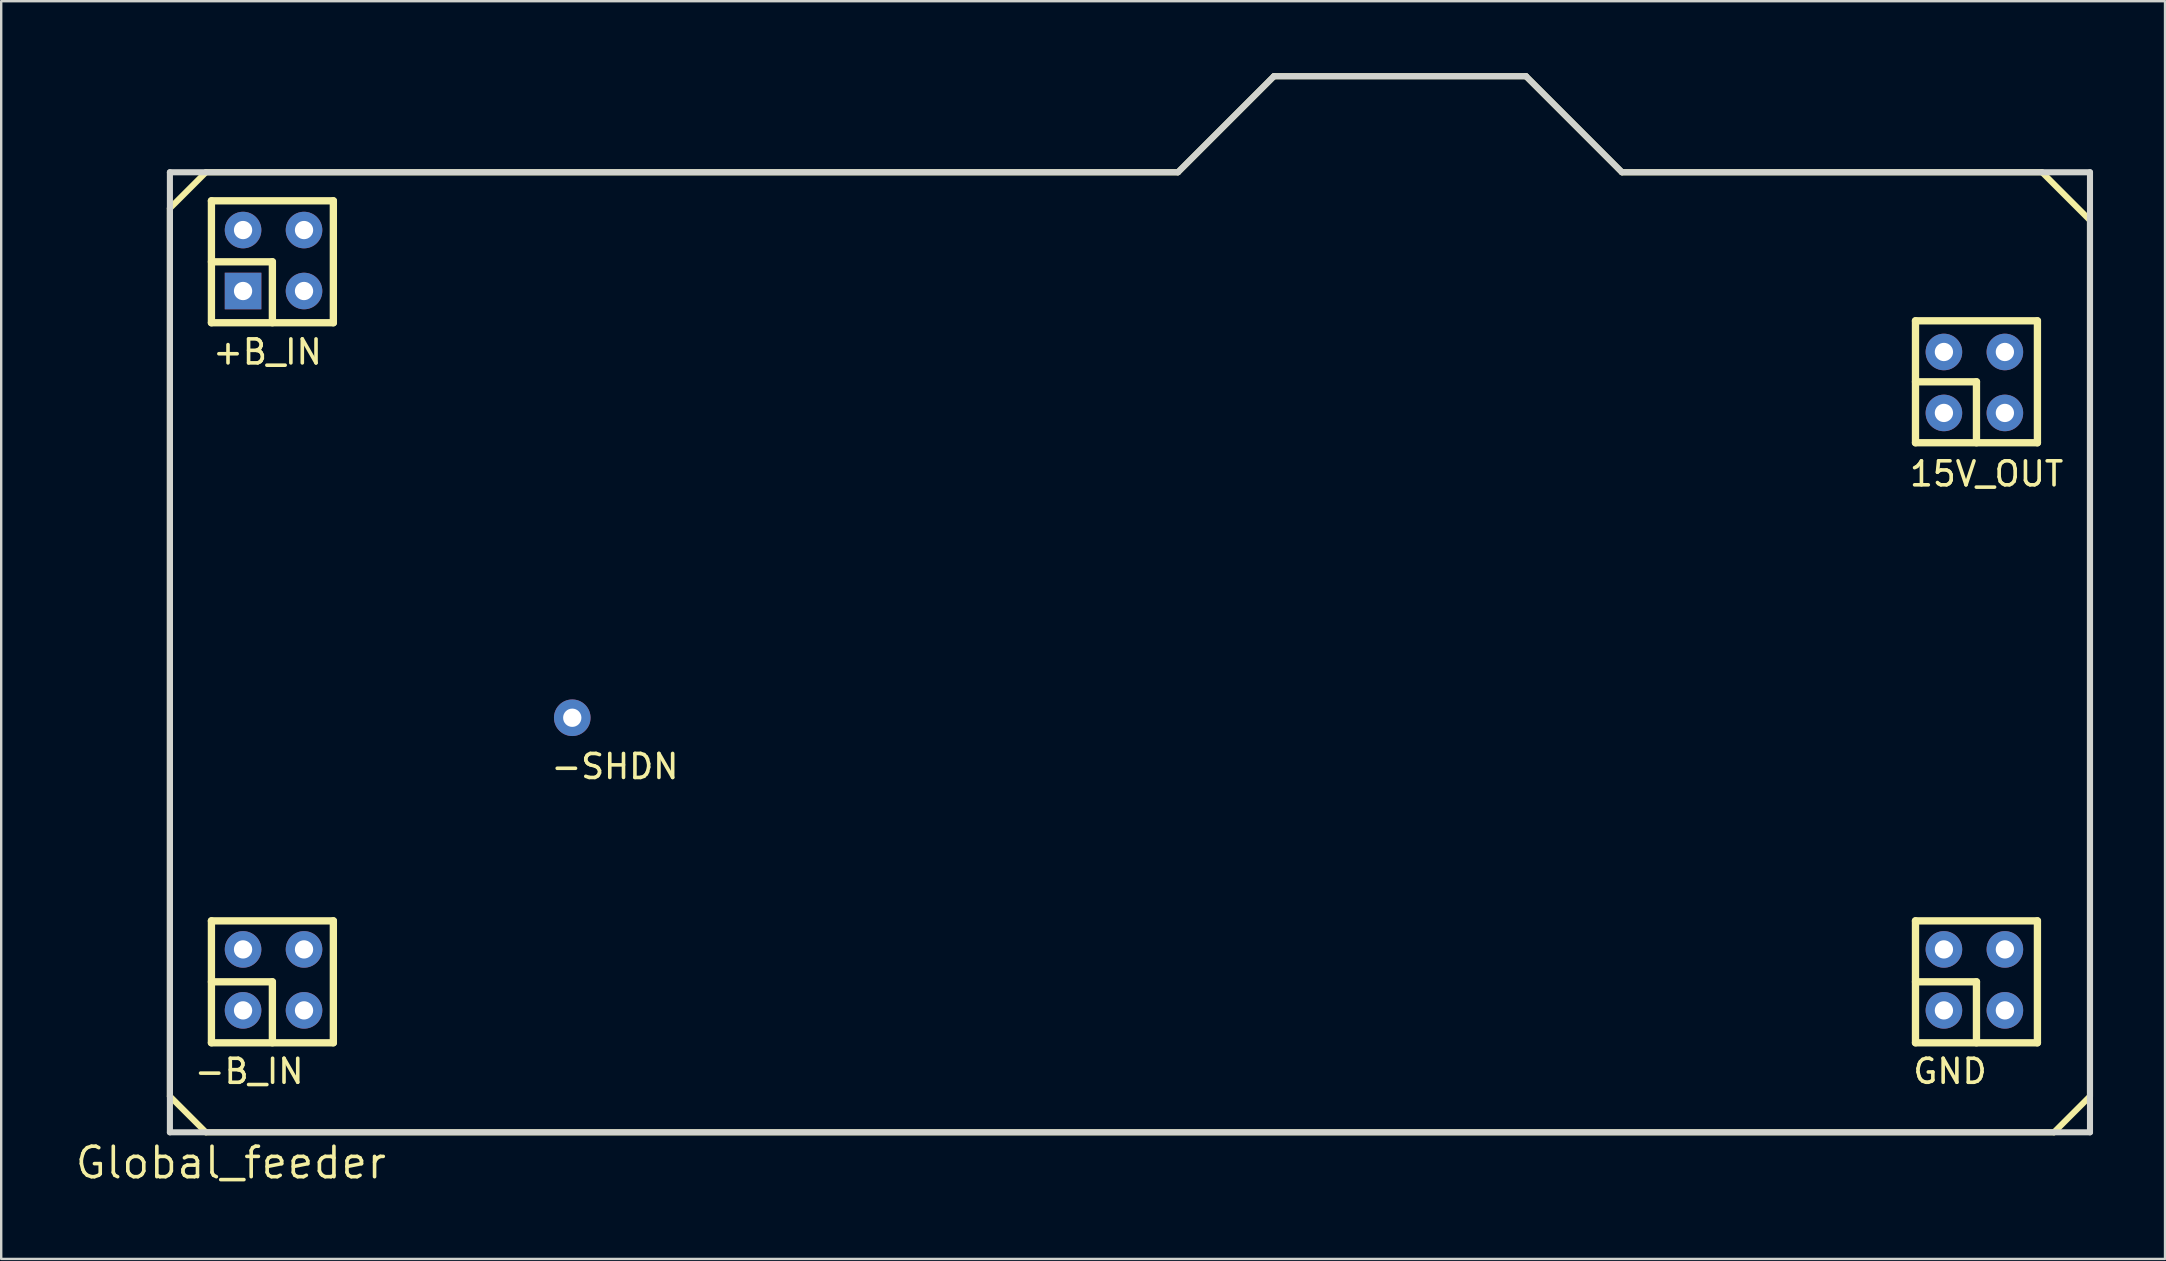
<source format=kicad_pcb>
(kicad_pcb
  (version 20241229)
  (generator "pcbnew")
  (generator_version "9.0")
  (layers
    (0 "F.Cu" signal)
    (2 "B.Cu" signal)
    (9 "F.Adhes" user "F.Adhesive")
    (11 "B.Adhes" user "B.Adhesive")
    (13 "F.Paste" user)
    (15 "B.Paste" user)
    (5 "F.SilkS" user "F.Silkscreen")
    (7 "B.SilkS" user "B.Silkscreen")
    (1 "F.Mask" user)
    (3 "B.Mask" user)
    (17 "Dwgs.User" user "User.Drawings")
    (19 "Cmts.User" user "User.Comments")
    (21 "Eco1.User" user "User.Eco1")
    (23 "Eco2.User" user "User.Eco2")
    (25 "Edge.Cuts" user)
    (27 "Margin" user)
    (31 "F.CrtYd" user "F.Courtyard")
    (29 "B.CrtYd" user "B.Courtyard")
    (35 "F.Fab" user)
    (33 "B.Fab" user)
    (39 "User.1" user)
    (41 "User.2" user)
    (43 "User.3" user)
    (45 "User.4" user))
  (footprint "Global_feeder"
    (layer "F.Cu")
    (at 4.029 44.127)
    (property "Reference" "Global_feeder" (at 2.54 1.27 0) (layer "F.SilkS") (effects (font (size 1.27 1.27) (thickness 0.15))))
    (attr through_hole)
    (fp_line (start 0 -38.5) (end 1.5 -40) (stroke (width 0.254) (type solid)) (layer "F.SilkS"))
    (fp_line (start 0 -1.5) (end 1.5 -0.00001) (stroke (width 0.254) (type solid)) (layer "F.SilkS"))
    (fp_line (start 0 -1.5) (end 0 -38.5) (stroke (width 0.254) (type solid)) (layer "F.SilkS"))
    (fp_line (start 1.5 -40) (end 42 -40) (stroke (width 0.254) (type solid)) (layer "F.SilkS"))
    (fp_line (start 1.5 -0.00001) (end 78.5 -0.00001) (stroke (width 0.254) (type solid)) (layer "F.SilkS"))
    (fp_line (start 1.73 -38.81) (end 6.81 -38.81) (stroke (width 0.305) (type solid)) (layer "F.SilkS"))
    (fp_line (start 1.73 -36.27) (end 4.27 -36.27) (stroke (width 0.305) (type solid)) (layer "F.SilkS"))
    (fp_line (start 1.73 -33.73) (end 1.73 -38.81) (stroke (width 0.305) (type solid)) (layer "F.SilkS"))
    (fp_line (start 1.73 -33.73) (end 6.81 -33.73) (stroke (width 0.305) (type solid)) (layer "F.SilkS"))
    (fp_line (start 1.73 -8.81) (end 6.81 -8.81) (stroke (width 0.305) (type solid)) (layer "F.SilkS"))
    (fp_line (start 1.73 -6.27) (end 4.27 -6.27) (stroke (width 0.305) (type solid)) (layer "F.SilkS"))
    (fp_line (start 1.73 -3.73) (end 1.73 -8.81) (stroke (width 0.305) (type solid)) (layer "F.SilkS"))
    (fp_line (start 1.73 -3.73) (end 6.81 -3.73) (stroke (width 0.305) (type solid)) (layer "F.SilkS"))
    (fp_line (start 4.27 -33.73) (end 4.27 -36.27) (stroke (width 0.305) (type solid)) (layer "F.SilkS"))
    (fp_line (start 4.27 -3.73) (end 4.27 -6.27) (stroke (width 0.305) (type solid)) (layer "F.SilkS"))
    (fp_line (start 6.81 -33.73) (end 6.81 -38.81) (stroke (width 0.305) (type solid)) (layer "F.SilkS"))
    (fp_line (start 6.81 -3.73) (end 6.81 -8.81) (stroke (width 0.305) (type solid)) (layer "F.SilkS"))
    (fp_line (start 42 -40) (end 46 -44) (stroke (width 0.254) (type solid)) (layer "F.SilkS"))
    (fp_line (start 46 -44) (end 56.5 -44) (stroke (width 0.254) (type solid)) (layer "F.SilkS"))
    (fp_line (start 56.5 -44) (end 60.5 -40) (stroke (width 0.254) (type solid)) (layer "F.SilkS"))
    (fp_line (start 60.5 -40) (end 78 -40) (stroke (width 0.254) (type solid)) (layer "F.SilkS"))
    (fp_line (start 72.73 -33.81) (end 77.81 -33.81) (stroke (width 0.305) (type solid)) (layer "F.SilkS"))
    (fp_line (start 72.73 -31.27) (end 75.27 -31.27) (stroke (width 0.305) (type solid)) (layer "F.SilkS"))
    (fp_line (start 72.73 -28.73) (end 72.73 -33.81) (stroke (width 0.305) (type solid)) (layer "F.SilkS"))
    (fp_line (start 72.73 -28.73) (end 77.81 -28.73) (stroke (width 0.305) (type solid)) (layer "F.SilkS"))
    (fp_line (start 72.73 -8.81) (end 77.81 -8.81) (stroke (width 0.305) (type solid)) (layer "F.SilkS"))
    (fp_line (start 72.73 -6.27) (end 75.27 -6.27) (stroke (width 0.305) (type solid)) (layer "F.SilkS"))
    (fp_line (start 72.73 -3.73) (end 72.73 -8.81) (stroke (width 0.305) (type solid)) (layer "F.SilkS"))
    (fp_line (start 72.73 -3.73) (end 77.81 -3.73) (stroke (width 0.305) (type solid)) (layer "F.SilkS"))
    (fp_line (start 75.27 -28.73) (end 75.27 -31.27) (stroke (width 0.305) (type solid)) (layer "F.SilkS"))
    (fp_line (start 75.27 -3.73) (end 75.27 -6.27) (stroke (width 0.305) (type solid)) (layer "F.SilkS"))
    (fp_line (start 77.81 -28.73) (end 77.81 -33.81) (stroke (width 0.305) (type solid)) (layer "F.SilkS"))
    (fp_line (start 77.81 -3.73) (end 77.81 -8.81) (stroke (width 0.305) (type solid)) (layer "F.SilkS"))
    (fp_line (start 78 -40) (end 80 -38) (stroke (width 0.254) (type solid)) (layer "F.SilkS"))
    (fp_line (start 78.5 -0.00001) (end 80 -1.5) (stroke (width 0.254) (type solid)) (layer "F.SilkS"))
    (fp_line (start 80 -1.5) (end 80 -38) (stroke (width 0.254) (type solid)) (layer "F.SilkS"))
    (fp_line (start 0 -40) (end 42 -40) (stroke (width 0.254) (type solid)) (layer "Edge.Cuts"))
    (fp_line (start 0 0) (end 0 -40) (stroke (width 0.254) (type solid)) (layer "Edge.Cuts"))
    (fp_line (start 0 0) (end 80 0) (stroke (width 0.254) (type solid)) (layer "Edge.Cuts"))
    (fp_line (start 42 -40) (end 46 -44) (stroke (width 0.254) (type solid)) (layer "Edge.Cuts"))
    (fp_line (start 46 -44) (end 56.5 -44) (stroke (width 0.254) (type solid)) (layer "Edge.Cuts"))
    (fp_line (start 56.5 -44) (end 60.5 -40) (stroke (width 0.254) (type solid)) (layer "Edge.Cuts"))
    (fp_line (start 60.5 -40) (end 80 -40) (stroke (width 0.254) (type solid)) (layer "Edge.Cuts"))
    (fp_line (start 80 0) (end 80 -40) (stroke (width 0.254) (type solid)) (layer "Edge.Cuts"))
    (fp_text user "+B_IN" (at 4.064 -32.512 0) (layer "F.SilkS") (effects (font (size 1 1) (thickness 0.15))))
    (fp_text user "GND" (at 74.168 -2.54 0) (layer "F.SilkS") (effects (font (size 1 1) (thickness 0.15))))
    (fp_text user "-SHDN" (at 18.542 -15.24 0) (layer "F.SilkS") (effects (font (size 1 1) (thickness 0.15))))
    (fp_text user "15V_OUT" (at 75.692 -27.432 0) (layer "F.SilkS") (effects (font (size 1 1) (thickness 0.15))))
    (fp_text user "-B_IN" (at 3.302 -2.54 0) (layer "F.SilkS") (effects (font (size 1 1) (thickness 0.15))))
    (pad "1" thru_hole trapezoid (at 3.048 -35.052) (size 1.524 1.524) (drill 0.762) (layers "*.Cu" "*.Mask"))
    (pad "2" thru_hole circle (at 3.048 -5.08) (size 1.524 1.524) (drill 0.762) (layers "*.Cu" "*.Mask"))
    (pad "3" thru_hole circle (at 16.764 -17.272) (size 1.524 1.524) (drill 0.762) (layers "*.Cu" "*.Mask"))
    (pad "4" thru_hole circle (at 73.914 -29.972) (size 1.524 1.524) (drill 0.762) (layers "*.Cu" "*.Mask"))
    (pad "5" thru_hole circle (at 73.914 -5.08) (size 1.524 1.524) (drill 0.762) (layers "*.Cu" "*.Mask"))
    (pad "6" thru_hole circle (at 3.048 -37.592) (size 1.524 1.524) (drill 0.762) (layers "*.Cu" "*.Mask"))
    (pad "7" thru_hole circle (at 5.588 -37.592) (size 1.524 1.524) (drill 0.762) (layers "*.Cu" "*.Mask"))
    (pad "8" thru_hole circle (at 5.588 -35.052) (size 1.524 1.524) (drill 0.762) (layers "*.Cu" "*.Mask"))
    (pad "9" thru_hole circle (at 3.048 -7.62) (size 1.524 1.524) (drill 0.762) (layers "*.Cu" "*.Mask"))
    (pad "10" thru_hole circle (at 5.588 -7.62) (size 1.524 1.524) (drill 0.762) (layers "*.Cu" "*.Mask"))
    (pad "11" thru_hole circle (at 5.588 -5.08) (size 1.524 1.524) (drill 0.762) (layers "*.Cu" "*.Mask"))
    (pad "12" thru_hole circle (at 73.914 -7.62) (size 1.524 1.524) (drill 0.762) (layers "*.Cu" "*.Mask"))
    (pad "13" thru_hole circle (at 76.454 -7.62) (size 1.524 1.524) (drill 0.762) (layers "*.Cu" "*.Mask"))
    (pad "14" thru_hole circle (at 76.454 -5.08) (size 1.524 1.524) (drill 0.762) (layers "*.Cu" "*.Mask"))
    (pad "15" thru_hole circle (at 73.914 -32.512) (size 1.524 1.524) (drill 0.762) (layers "*.Cu" "*.Mask"))
    (pad "16" thru_hole circle (at 76.454 -32.512) (size 1.524 1.524) (drill 0.762) (layers "*.Cu" "*.Mask"))
    (pad "17" thru_hole circle (at 76.454 -29.972) (size 1.524 1.524) (drill 0.762) (layers "*.Cu" "*.Mask")))
  (gr_rect
    (start -3 -3)
    (end 87.156 49.403)
    (stroke (width 0.1) (type default))
    (fill no)
    (layer "Edge.Cuts")))
</source>
